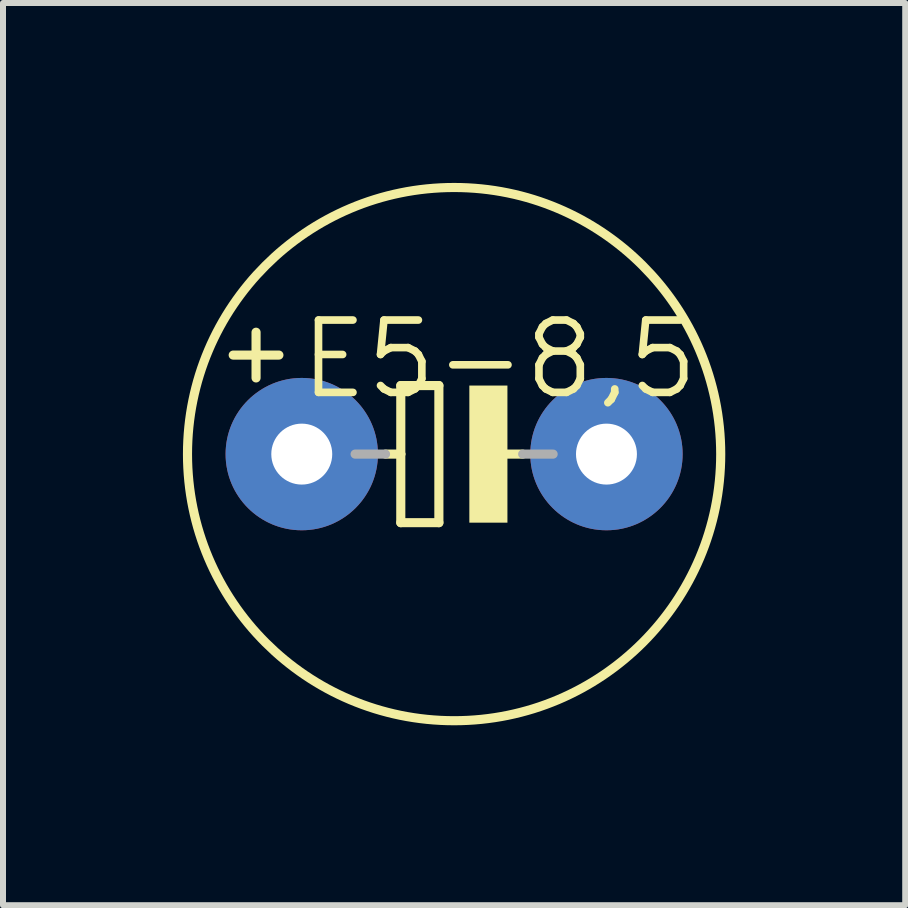
<source format=kicad_pcb>
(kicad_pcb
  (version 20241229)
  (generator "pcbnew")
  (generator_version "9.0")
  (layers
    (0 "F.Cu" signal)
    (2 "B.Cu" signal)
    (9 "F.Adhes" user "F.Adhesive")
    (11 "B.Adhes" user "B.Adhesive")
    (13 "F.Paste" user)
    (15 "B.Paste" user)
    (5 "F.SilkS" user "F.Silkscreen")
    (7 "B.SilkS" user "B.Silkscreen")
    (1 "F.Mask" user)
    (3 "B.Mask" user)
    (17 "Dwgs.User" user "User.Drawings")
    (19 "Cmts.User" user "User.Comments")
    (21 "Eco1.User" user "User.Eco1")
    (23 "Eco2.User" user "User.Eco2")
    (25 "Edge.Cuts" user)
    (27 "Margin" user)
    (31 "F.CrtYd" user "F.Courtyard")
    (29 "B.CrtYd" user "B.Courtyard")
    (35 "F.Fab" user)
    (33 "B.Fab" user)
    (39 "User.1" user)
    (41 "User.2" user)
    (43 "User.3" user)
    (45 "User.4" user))
  (footprint "E5-8,5"
    (layer "F.Cu")
    (at 4.521 4.521)
    (property "Reference" "E5-8,5" (at 4.14 -2.286 0) (layer "F.SilkS") (effects (font (size 1.206 1.206) (thickness 0.127)) (justify right top)))
    (attr through_hole)
    (fp_line (start -3.683 -1.651) (end -2.921 -1.651) (stroke (width 0.152) (type solid)) (layer "F.SilkS"))
    (fp_line (start -3.302 -2.032) (end -3.302 -1.27) (stroke (width 0.152) (type solid)) (layer "F.SilkS"))
    (fp_line (start -1.143 0) (end -0.889 0) (stroke (width 0.152) (type solid)) (layer "F.SilkS"))
    (fp_line (start -0.889 -1.143) (end -0.889 0) (stroke (width 0.152) (type solid)) (layer "F.SilkS"))
    (fp_line (start -0.889 0) (end -0.889 1.143) (stroke (width 0.152) (type solid)) (layer "F.SilkS"))
    (fp_line (start -0.889 1.143) (end -0.254 1.143) (stroke (width 0.152) (type solid)) (layer "F.SilkS"))
    (fp_line (start -0.254 -1.143) (end -0.889 -1.143) (stroke (width 0.152) (type solid)) (layer "F.SilkS"))
    (fp_line (start -0.254 1.143) (end -0.254 -1.143) (stroke (width 0.152) (type solid)) (layer "F.SilkS"))
    (fp_line (start 0.635 0) (end 1.143 0) (stroke (width 0.152) (type solid)) (layer "F.SilkS"))
    (fp_circle (center 0 0) (end 4.445 0) (stroke (width 0.152) (type solid)) (fill no) (layer "F.SilkS"))
    (fp_poly (pts (xy 0.254 1.143) (xy 0.889 1.143) (xy 0.889 -1.143) (xy 0.254 -1.143)) (stroke (width 0) (type solid)) (fill yes) (layer "F.SilkS"))
    (fp_line (start -1.651 0) (end -1.143 0) (stroke (width 0.152) (type solid)) (layer "F.Fab"))
    (fp_line (start 1.143 0) (end 1.651 0) (stroke (width 0.152) (type solid)) (layer "F.Fab"))
    (pad "+" thru_hole circle (at -2.54 0) (size 2.54 2.54) (drill 1.016) (layers "*.Cu" "*.Mask"))
    (pad "-" thru_hole circle (at 2.54 0) (size 2.54 2.54) (drill 1.016) (layers "*.Cu" "*.Mask")))
  (gr_rect
    (start -3 -3)
    (end 12.042 12.042)
    (stroke (width 0.1) (type default))
    (fill no)
    (layer "Edge.Cuts")))
</source>
